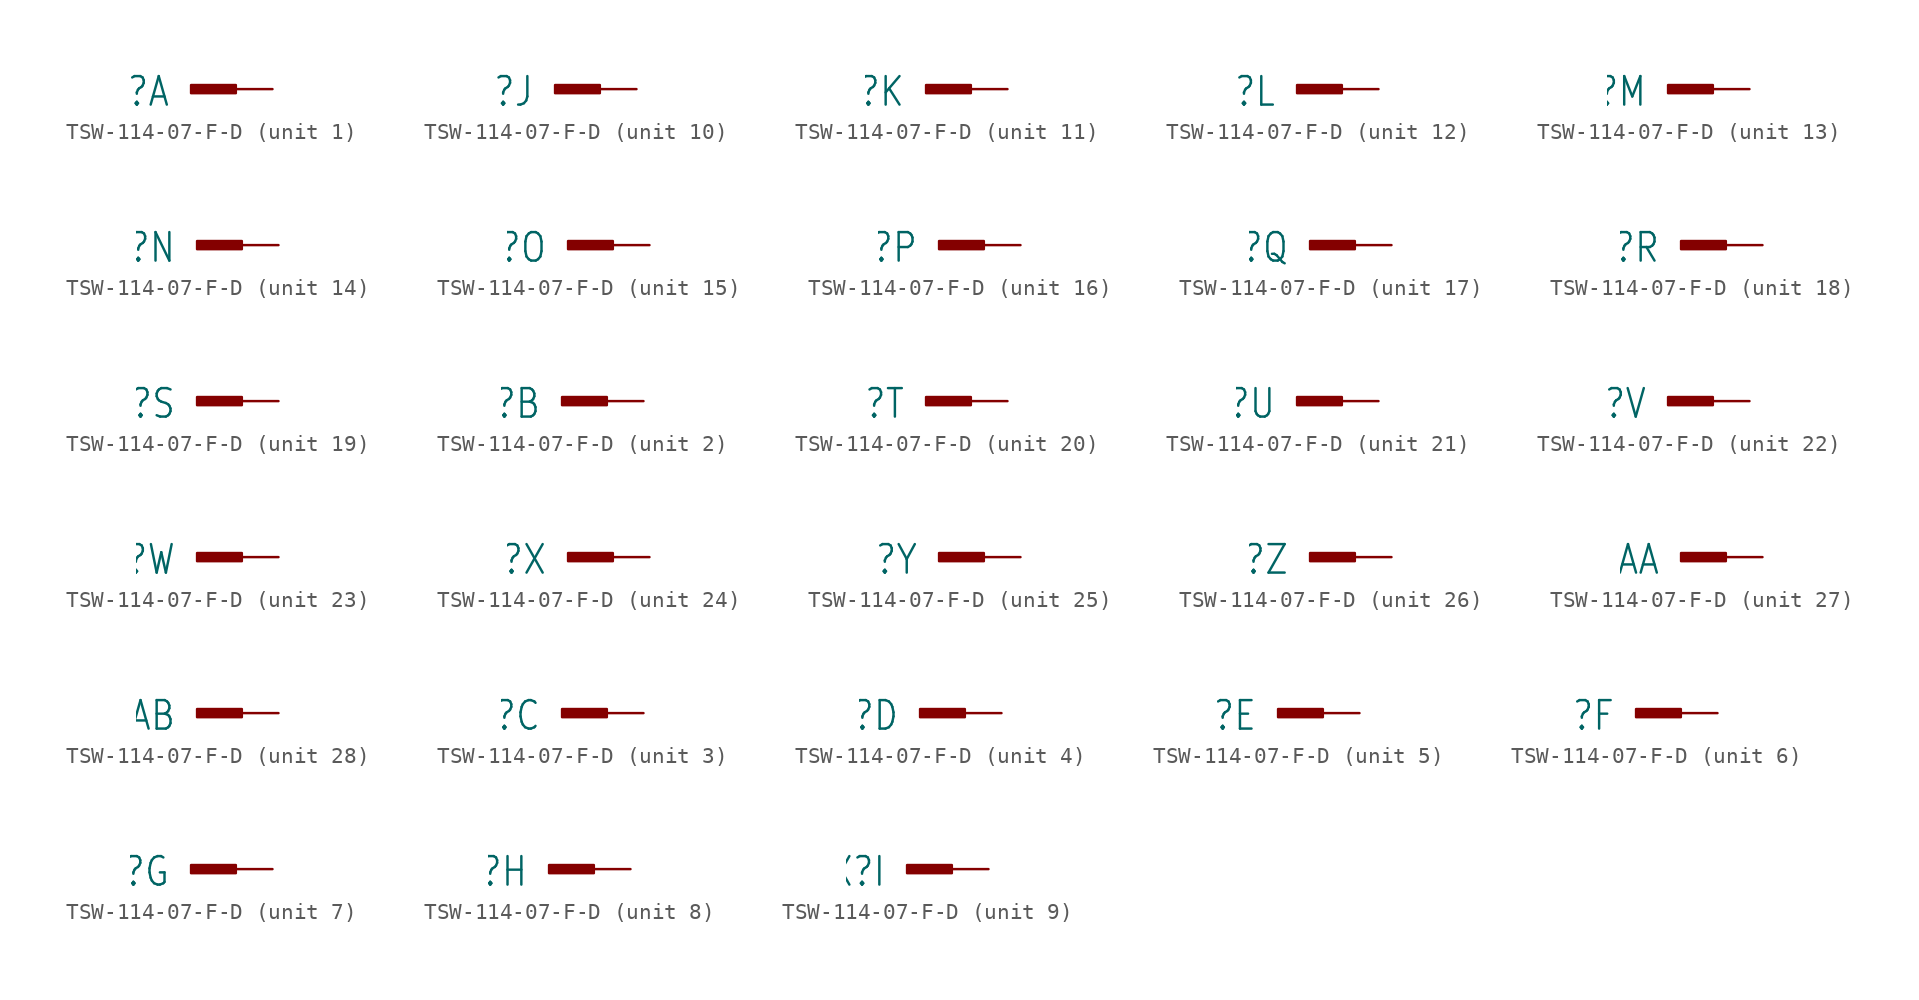
<source format=kicad_sym>
(kicad_symbol_lib
  (version 20211014)
  (generator kicad_symbol_editor)
  (symbol "TSW-114-07-F-D"
    (property "Reference" "X"
      (at -6.35 0.889 0)
      (effects (font (size 1.778 1.511)) (justify right top)))
    (property "ki_locked" ""
      (at 0 0 0)
      (effects (font (size 1.27 1.27))))
    (symbol "TSW-114-07-F-D_1_0"
      (rectangle (start -5.08 -0.254) (end -2.286 0.254) (stroke (width 0) (type default) (color 0 0 0 0)) (fill (type outline)))
      (pin passive line (at 0 0 180) (length 2.54) (name "1" (effects (font (size 0 0)))) (number "1" (effects (font (size 0 0))))))
    (symbol "TSW-114-07-F-D_2_0"
      (rectangle (start -5.08 -0.254) (end -2.286 0.254) (stroke (width 0) (type default) (color 0 0 0 0)) (fill (type outline)))
      (pin passive line (at 0 0 180) (length 2.54) (name "1" (effects (font (size 0 0)))) (number "2" (effects (font (size 0 0))))))
    (symbol "TSW-114-07-F-D_3_0"
      (rectangle (start -5.08 -0.254) (end -2.286 0.254) (stroke (width 0) (type default) (color 0 0 0 0)) (fill (type outline)))
      (pin passive line (at 0 0 180) (length 2.54) (name "1" (effects (font (size 0 0)))) (number "3" (effects (font (size 0 0))))))
    (symbol "TSW-114-07-F-D_4_0"
      (rectangle (start -5.08 -0.254) (end -2.286 0.254) (stroke (width 0) (type default) (color 0 0 0 0)) (fill (type outline)))
      (pin passive line (at 0 0 180) (length 2.54) (name "1" (effects (font (size 0 0)))) (number "4" (effects (font (size 0 0))))))
    (symbol "TSW-114-07-F-D_5_0"
      (rectangle (start -5.08 -0.254) (end -2.286 0.254) (stroke (width 0) (type default) (color 0 0 0 0)) (fill (type outline)))
      (pin passive line (at 0 0 180) (length 2.54) (name "1" (effects (font (size 0 0)))) (number "5" (effects (font (size 0 0))))))
    (symbol "TSW-114-07-F-D_6_0"
      (rectangle (start -5.08 -0.254) (end -2.286 0.254) (stroke (width 0) (type default) (color 0 0 0 0)) (fill (type outline)))
      (pin passive line (at 0 0 180) (length 2.54) (name "1" (effects (font (size 0 0)))) (number "6" (effects (font (size 0 0))))))
    (symbol "TSW-114-07-F-D_7_0"
      (rectangle (start -5.08 -0.254) (end -2.286 0.254) (stroke (width 0) (type default) (color 0 0 0 0)) (fill (type outline)))
      (pin passive line (at 0 0 180) (length 2.54) (name "1" (effects (font (size 0 0)))) (number "7" (effects (font (size 0 0))))))
    (symbol "TSW-114-07-F-D_8_0"
      (rectangle (start -5.08 -0.254) (end -2.286 0.254) (stroke (width 0) (type default) (color 0 0 0 0)) (fill (type outline)))
      (pin passive line (at 0 0 180) (length 2.54) (name "1" (effects (font (size 0 0)))) (number "8" (effects (font (size 0 0))))))
    (symbol "TSW-114-07-F-D_9_0"
      (rectangle (start -5.08 -0.254) (end -2.286 0.254) (stroke (width 0) (type default) (color 0 0 0 0)) (fill (type outline)))
      (pin passive line (at 0 0 180) (length 2.54) (name "1" (effects (font (size 0 0)))) (number "9" (effects (font (size 0 0))))))
    (symbol "TSW-114-07-F-D_10_0"
      (rectangle (start -5.08 -0.254) (end -2.286 0.254) (stroke (width 0) (type default) (color 0 0 0 0)) (fill (type outline)))
      (pin passive line (at 0 0 180) (length 2.54) (name "1" (effects (font (size 0 0)))) (number "10" (effects (font (size 0 0))))))
    (symbol "TSW-114-07-F-D_11_0"
      (rectangle (start -5.08 -0.254) (end -2.286 0.254) (stroke (width 0) (type default) (color 0 0 0 0)) (fill (type outline)))
      (pin passive line (at 0 0 180) (length 2.54) (name "1" (effects (font (size 0 0)))) (number "11" (effects (font (size 0 0))))))
    (symbol "TSW-114-07-F-D_12_0"
      (rectangle (start -5.08 -0.254) (end -2.286 0.254) (stroke (width 0) (type default) (color 0 0 0 0)) (fill (type outline)))
      (pin passive line (at 0 0 180) (length 2.54) (name "1" (effects (font (size 0 0)))) (number "12" (effects (font (size 0 0))))))
    (symbol "TSW-114-07-F-D_13_0"
      (rectangle (start -5.08 -0.254) (end -2.286 0.254) (stroke (width 0) (type default) (color 0 0 0 0)) (fill (type outline)))
      (pin passive line (at 0 0 180) (length 2.54) (name "1" (effects (font (size 0 0)))) (number "13" (effects (font (size 0 0))))))
    (symbol "TSW-114-07-F-D_14_0"
      (rectangle (start -5.08 -0.254) (end -2.286 0.254) (stroke (width 0) (type default) (color 0 0 0 0)) (fill (type outline)))
      (pin passive line (at 0 0 180) (length 2.54) (name "1" (effects (font (size 0 0)))) (number "14" (effects (font (size 0 0))))))
    (symbol "TSW-114-07-F-D_15_0"
      (rectangle (start -5.08 -0.254) (end -2.286 0.254) (stroke (width 0) (type default) (color 0 0 0 0)) (fill (type outline)))
      (pin passive line (at 0 0 180) (length 2.54) (name "1" (effects (font (size 0 0)))) (number "15" (effects (font (size 0 0))))))
    (symbol "TSW-114-07-F-D_16_0"
      (rectangle (start -5.08 -0.254) (end -2.286 0.254) (stroke (width 0) (type default) (color 0 0 0 0)) (fill (type outline)))
      (pin passive line (at 0 0 180) (length 2.54) (name "1" (effects (font (size 0 0)))) (number "16" (effects (font (size 0 0))))))
    (symbol "TSW-114-07-F-D_17_0"
      (rectangle (start -5.08 -0.254) (end -2.286 0.254) (stroke (width 0) (type default) (color 0 0 0 0)) (fill (type outline)))
      (pin passive line (at 0 0 180) (length 2.54) (name "1" (effects (font (size 0 0)))) (number "17" (effects (font (size 0 0))))))
    (symbol "TSW-114-07-F-D_18_0"
      (rectangle (start -5.08 -0.254) (end -2.286 0.254) (stroke (width 0) (type default) (color 0 0 0 0)) (fill (type outline)))
      (pin passive line (at 0 0 180) (length 2.54) (name "1" (effects (font (size 0 0)))) (number "18" (effects (font (size 0 0))))))
    (symbol "TSW-114-07-F-D_19_0"
      (rectangle (start -5.08 -0.254) (end -2.286 0.254) (stroke (width 0) (type default) (color 0 0 0 0)) (fill (type outline)))
      (pin passive line (at 0 0 180) (length 2.54) (name "1" (effects (font (size 0 0)))) (number "19" (effects (font (size 0 0))))))
    (symbol "TSW-114-07-F-D_20_0"
      (rectangle (start -5.08 -0.254) (end -2.286 0.254) (stroke (width 0) (type default) (color 0 0 0 0)) (fill (type outline)))
      (pin passive line (at 0 0 180) (length 2.54) (name "1" (effects (font (size 0 0)))) (number "20" (effects (font (size 0 0))))))
    (symbol "TSW-114-07-F-D_21_0"
      (rectangle (start -5.08 -0.254) (end -2.286 0.254) (stroke (width 0) (type default) (color 0 0 0 0)) (fill (type outline)))
      (pin passive line (at 0 0 180) (length 2.54) (name "1" (effects (font (size 0 0)))) (number "21" (effects (font (size 0 0))))))
    (symbol "TSW-114-07-F-D_22_0"
      (rectangle (start -5.08 -0.254) (end -2.286 0.254) (stroke (width 0) (type default) (color 0 0 0 0)) (fill (type outline)))
      (pin passive line (at 0 0 180) (length 2.54) (name "1" (effects (font (size 0 0)))) (number "22" (effects (font (size 0 0))))))
    (symbol "TSW-114-07-F-D_23_0"
      (rectangle (start -5.08 -0.254) (end -2.286 0.254) (stroke (width 0) (type default) (color 0 0 0 0)) (fill (type outline)))
      (pin passive line (at 0 0 180) (length 2.54) (name "1" (effects (font (size 0 0)))) (number "23" (effects (font (size 0 0))))))
    (symbol "TSW-114-07-F-D_24_0"
      (rectangle (start -5.08 -0.254) (end -2.286 0.254) (stroke (width 0) (type default) (color 0 0 0 0)) (fill (type outline)))
      (pin passive line (at 0 0 180) (length 2.54) (name "1" (effects (font (size 0 0)))) (number "24" (effects (font (size 0 0))))))
    (symbol "TSW-114-07-F-D_25_0"
      (rectangle (start -5.08 -0.254) (end -2.286 0.254) (stroke (width 0) (type default) (color 0 0 0 0)) (fill (type outline)))
      (pin passive line (at 0 0 180) (length 2.54) (name "1" (effects (font (size 0 0)))) (number "25" (effects (font (size 0 0))))))
    (symbol "TSW-114-07-F-D_26_0"
      (rectangle (start -5.08 -0.254) (end -2.286 0.254) (stroke (width 0) (type default) (color 0 0 0 0)) (fill (type outline)))
      (pin passive line (at 0 0 180) (length 2.54) (name "1" (effects (font (size 0 0)))) (number "26" (effects (font (size 0 0))))))
    (symbol "TSW-114-07-F-D_27_0"
      (rectangle (start -5.08 -0.254) (end -2.286 0.254) (stroke (width 0) (type default) (color 0 0 0 0)) (fill (type outline)))
      (pin passive line (at 0 0 180) (length 2.54) (name "1" (effects (font (size 0 0)))) (number "27" (effects (font (size 0 0))))))
    (symbol "TSW-114-07-F-D_28_0"
      (rectangle (start -5.08 -0.254) (end -2.286 0.254) (stroke (width 0) (type default) (color 0 0 0 0)) (fill (type outline)))
      (pin passive line (at 0 0 180) (length 2.54) (name "1" (effects (font (size 0 0)))) (number "28" (effects (font (size 0 0))))))))
</source>
